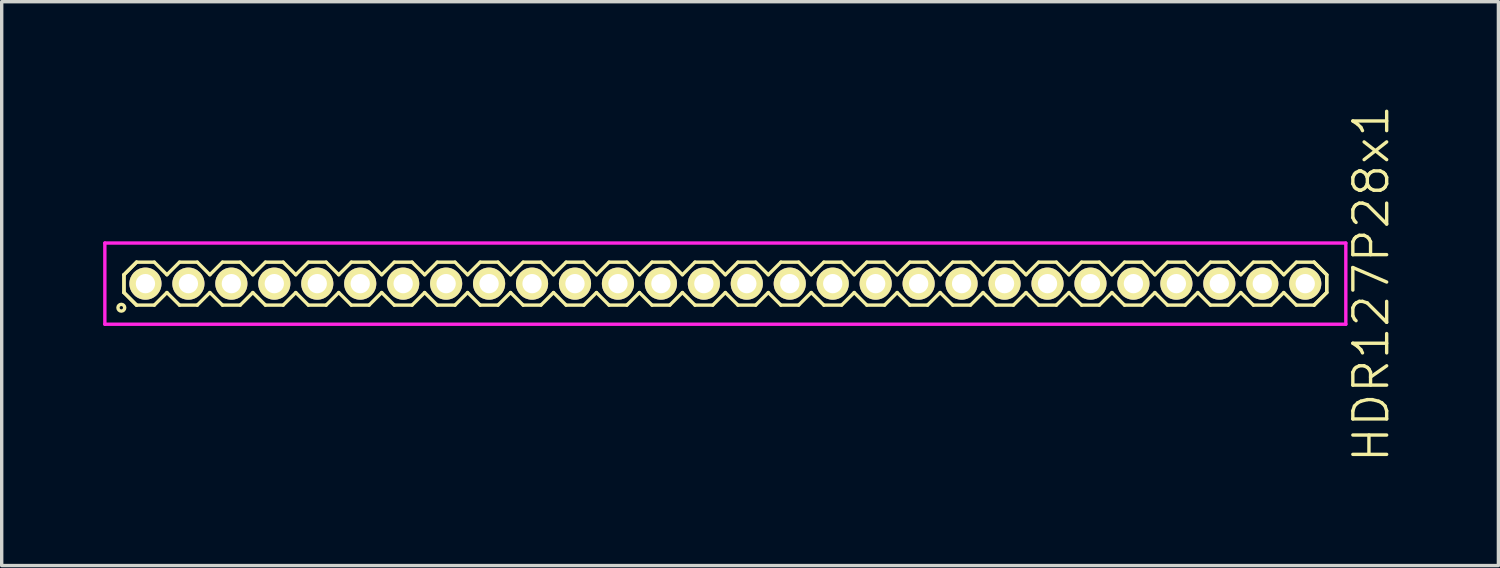
<source format=kicad_pcb>
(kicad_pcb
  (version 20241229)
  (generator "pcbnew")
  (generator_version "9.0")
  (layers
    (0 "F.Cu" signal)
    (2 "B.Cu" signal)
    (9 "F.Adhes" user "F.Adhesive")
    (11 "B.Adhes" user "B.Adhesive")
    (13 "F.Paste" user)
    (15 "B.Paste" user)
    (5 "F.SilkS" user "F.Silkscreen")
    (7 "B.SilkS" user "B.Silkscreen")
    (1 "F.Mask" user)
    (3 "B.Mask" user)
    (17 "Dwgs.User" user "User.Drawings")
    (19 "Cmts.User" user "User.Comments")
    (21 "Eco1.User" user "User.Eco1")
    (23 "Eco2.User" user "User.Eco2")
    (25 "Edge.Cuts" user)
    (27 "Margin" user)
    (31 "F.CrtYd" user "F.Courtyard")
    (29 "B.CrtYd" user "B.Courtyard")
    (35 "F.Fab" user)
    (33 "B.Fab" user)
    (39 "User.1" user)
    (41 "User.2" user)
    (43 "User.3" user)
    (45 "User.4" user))
  (footprint "HDR127P28x1"
    (layer "F.Cu")
    (at 18.395 5.336)
    (property "Reference" "HDR127P28x1" (at 19.095 0 90) (layer "F.SilkS") (effects (font (size 1 1) (thickness 0.1))))
    (attr through_hole)
    (fp_line (start -17.78 -0.263) (end -17.408 -0.635) (stroke (width 0.1) (type solid)) (layer "F.SilkS"))
    (fp_line (start -17.78 -0.263) (end -17.408 -0.635) (stroke (width 0.1) (type solid)) (layer "F.SilkS"))
    (fp_line (start -17.78 0.263) (end -17.78 -0.263) (stroke (width 0.1) (type solid)) (layer "F.SilkS"))
    (fp_line (start -17.78 0.263) (end -17.78 -0.263) (stroke (width 0.1) (type solid)) (layer "F.SilkS"))
    (fp_line (start -17.408 -0.635) (end -16.882 -0.635) (stroke (width 0.1) (type solid)) (layer "F.SilkS"))
    (fp_line (start -17.408 0.635) (end -17.78 0.263) (stroke (width 0.1) (type solid)) (layer "F.SilkS"))
    (fp_line (start -17.408 0.635) (end -17.78 0.263) (stroke (width 0.1) (type solid)) (layer "F.SilkS"))
    (fp_line (start -16.882 -0.635) (end -16.51 -0.263) (stroke (width 0.1) (type solid)) (layer "F.SilkS"))
    (fp_line (start -16.882 0.635) (end -17.408 0.635) (stroke (width 0.1) (type solid)) (layer "F.SilkS"))
    (fp_line (start -16.51 -0.263) (end -16.138 -0.635) (stroke (width 0.1) (type solid)) (layer "F.SilkS"))
    (fp_line (start -16.51 0.263) (end -16.882 0.635) (stroke (width 0.1) (type solid)) (layer "F.SilkS"))
    (fp_line (start -16.138 -0.635) (end -15.612 -0.635) (stroke (width 0.1) (type solid)) (layer "F.SilkS"))
    (fp_line (start -16.138 0.635) (end -16.51 0.263) (stroke (width 0.1) (type solid)) (layer "F.SilkS"))
    (fp_line (start -15.612 -0.635) (end -15.24 -0.263) (stroke (width 0.1) (type solid)) (layer "F.SilkS"))
    (fp_line (start -15.612 0.635) (end -16.138 0.635) (stroke (width 0.1) (type solid)) (layer "F.SilkS"))
    (fp_line (start -15.24 -0.263) (end -14.868 -0.635) (stroke (width 0.1) (type solid)) (layer "F.SilkS"))
    (fp_line (start -15.24 0.263) (end -15.612 0.635) (stroke (width 0.1) (type solid)) (layer "F.SilkS"))
    (fp_line (start -14.868 -0.635) (end -14.342 -0.635) (stroke (width 0.1) (type solid)) (layer "F.SilkS"))
    (fp_line (start -14.868 0.635) (end -15.24 0.263) (stroke (width 0.1) (type solid)) (layer "F.SilkS"))
    (fp_line (start -14.342 -0.635) (end -13.97 -0.263) (stroke (width 0.1) (type solid)) (layer "F.SilkS"))
    (fp_line (start -14.342 0.635) (end -14.868 0.635) (stroke (width 0.1) (type solid)) (layer "F.SilkS"))
    (fp_line (start -13.97 -0.263) (end -13.598 -0.635) (stroke (width 0.1) (type solid)) (layer "F.SilkS"))
    (fp_line (start -13.97 0.263) (end -14.342 0.635) (stroke (width 0.1) (type solid)) (layer "F.SilkS"))
    (fp_line (start -13.598 -0.635) (end -13.072 -0.635) (stroke (width 0.1) (type solid)) (layer "F.SilkS"))
    (fp_line (start -13.598 0.635) (end -13.97 0.263) (stroke (width 0.1) (type solid)) (layer "F.SilkS"))
    (fp_line (start -13.072 -0.635) (end -12.7 -0.263) (stroke (width 0.1) (type solid)) (layer "F.SilkS"))
    (fp_line (start -13.072 0.635) (end -13.598 0.635) (stroke (width 0.1) (type solid)) (layer "F.SilkS"))
    (fp_line (start -12.7 -0.263) (end -12.328 -0.635) (stroke (width 0.1) (type solid)) (layer "F.SilkS"))
    (fp_line (start -12.7 0.263) (end -13.072 0.635) (stroke (width 0.1) (type solid)) (layer "F.SilkS"))
    (fp_line (start -12.328 -0.635) (end -11.802 -0.635) (stroke (width 0.1) (type solid)) (layer "F.SilkS"))
    (fp_line (start -12.328 0.635) (end -12.7 0.263) (stroke (width 0.1) (type solid)) (layer "F.SilkS"))
    (fp_line (start -11.802 -0.635) (end -11.43 -0.263) (stroke (width 0.1) (type solid)) (layer "F.SilkS"))
    (fp_line (start -11.802 0.635) (end -12.328 0.635) (stroke (width 0.1) (type solid)) (layer "F.SilkS"))
    (fp_line (start -11.43 -0.263) (end -11.058 -0.635) (stroke (width 0.1) (type solid)) (layer "F.SilkS"))
    (fp_line (start -11.43 0.263) (end -11.802 0.635) (stroke (width 0.1) (type solid)) (layer "F.SilkS"))
    (fp_line (start -11.058 -0.635) (end -10.532 -0.635) (stroke (width 0.1) (type solid)) (layer "F.SilkS"))
    (fp_line (start -11.058 0.635) (end -11.43 0.263) (stroke (width 0.1) (type solid)) (layer "F.SilkS"))
    (fp_line (start -10.532 -0.635) (end -10.16 -0.263) (stroke (width 0.1) (type solid)) (layer "F.SilkS"))
    (fp_line (start -10.532 0.635) (end -11.058 0.635) (stroke (width 0.1) (type solid)) (layer "F.SilkS"))
    (fp_line (start -10.16 -0.263) (end -9.788 -0.635) (stroke (width 0.1) (type solid)) (layer "F.SilkS"))
    (fp_line (start -10.16 0.263) (end -10.532 0.635) (stroke (width 0.1) (type solid)) (layer "F.SilkS"))
    (fp_line (start -9.788 -0.635) (end -9.262 -0.635) (stroke (width 0.1) (type solid)) (layer "F.SilkS"))
    (fp_line (start -9.788 0.635) (end -10.16 0.263) (stroke (width 0.1) (type solid)) (layer "F.SilkS"))
    (fp_line (start -9.262 -0.635) (end -8.89 -0.263) (stroke (width 0.1) (type solid)) (layer "F.SilkS"))
    (fp_line (start -9.262 0.635) (end -9.788 0.635) (stroke (width 0.1) (type solid)) (layer "F.SilkS"))
    (fp_line (start -8.89 -0.263) (end -8.518 -0.635) (stroke (width 0.1) (type solid)) (layer "F.SilkS"))
    (fp_line (start -8.89 0.263) (end -9.262 0.635) (stroke (width 0.1) (type solid)) (layer "F.SilkS"))
    (fp_line (start -8.518 -0.635) (end -7.992 -0.635) (stroke (width 0.1) (type solid)) (layer "F.SilkS"))
    (fp_line (start -8.518 0.635) (end -8.89 0.263) (stroke (width 0.1) (type solid)) (layer "F.SilkS"))
    (fp_line (start -7.992 -0.635) (end -7.62 -0.263) (stroke (width 0.1) (type solid)) (layer "F.SilkS"))
    (fp_line (start -7.992 0.635) (end -8.518 0.635) (stroke (width 0.1) (type solid)) (layer "F.SilkS"))
    (fp_line (start -7.62 -0.263) (end -7.248 -0.635) (stroke (width 0.1) (type solid)) (layer "F.SilkS"))
    (fp_line (start -7.62 0.263) (end -7.992 0.635) (stroke (width 0.1) (type solid)) (layer "F.SilkS"))
    (fp_line (start -7.248 -0.635) (end -6.722 -0.635) (stroke (width 0.1) (type solid)) (layer "F.SilkS"))
    (fp_line (start -7.248 0.635) (end -7.62 0.263) (stroke (width 0.1) (type solid)) (layer "F.SilkS"))
    (fp_line (start -6.722 -0.635) (end -6.35 -0.263) (stroke (width 0.1) (type solid)) (layer "F.SilkS"))
    (fp_line (start -6.722 0.635) (end -7.248 0.635) (stroke (width 0.1) (type solid)) (layer "F.SilkS"))
    (fp_line (start -6.35 -0.263) (end -5.978 -0.635) (stroke (width 0.1) (type solid)) (layer "F.SilkS"))
    (fp_line (start -6.35 0.263) (end -6.722 0.635) (stroke (width 0.1) (type solid)) (layer "F.SilkS"))
    (fp_line (start -5.978 -0.635) (end -5.452 -0.635) (stroke (width 0.1) (type solid)) (layer "F.SilkS"))
    (fp_line (start -5.978 0.635) (end -6.35 0.263) (stroke (width 0.1) (type solid)) (layer "F.SilkS"))
    (fp_line (start -5.452 -0.635) (end -5.08 -0.263) (stroke (width 0.1) (type solid)) (layer "F.SilkS"))
    (fp_line (start -5.452 0.635) (end -5.978 0.635) (stroke (width 0.1) (type solid)) (layer "F.SilkS"))
    (fp_line (start -5.08 -0.263) (end -4.708 -0.635) (stroke (width 0.1) (type solid)) (layer "F.SilkS"))
    (fp_line (start -5.08 0.263) (end -5.452 0.635) (stroke (width 0.1) (type solid)) (layer "F.SilkS"))
    (fp_line (start -4.708 -0.635) (end -4.182 -0.635) (stroke (width 0.1) (type solid)) (layer "F.SilkS"))
    (fp_line (start -4.708 0.635) (end -5.08 0.263) (stroke (width 0.1) (type solid)) (layer "F.SilkS"))
    (fp_line (start -4.182 -0.635) (end -3.81 -0.263) (stroke (width 0.1) (type solid)) (layer "F.SilkS"))
    (fp_line (start -4.182 0.635) (end -4.708 0.635) (stroke (width 0.1) (type solid)) (layer "F.SilkS"))
    (fp_line (start -3.81 -0.263) (end -3.438 -0.635) (stroke (width 0.1) (type solid)) (layer "F.SilkS"))
    (fp_line (start -3.81 0.263) (end -4.182 0.635) (stroke (width 0.1) (type solid)) (layer "F.SilkS"))
    (fp_line (start -3.438 -0.635) (end -2.912 -0.635) (stroke (width 0.1) (type solid)) (layer "F.SilkS"))
    (fp_line (start -3.438 0.635) (end -3.81 0.263) (stroke (width 0.1) (type solid)) (layer "F.SilkS"))
    (fp_line (start -2.912 -0.635) (end -2.54 -0.263) (stroke (width 0.1) (type solid)) (layer "F.SilkS"))
    (fp_line (start -2.912 0.635) (end -3.438 0.635) (stroke (width 0.1) (type solid)) (layer "F.SilkS"))
    (fp_line (start -2.54 -0.263) (end -2.168 -0.635) (stroke (width 0.1) (type solid)) (layer "F.SilkS"))
    (fp_line (start -2.54 0.263) (end -2.912 0.635) (stroke (width 0.1) (type solid)) (layer "F.SilkS"))
    (fp_line (start -2.168 -0.635) (end -1.642 -0.635) (stroke (width 0.1) (type solid)) (layer "F.SilkS"))
    (fp_line (start -2.168 0.635) (end -2.54 0.263) (stroke (width 0.1) (type solid)) (layer "F.SilkS"))
    (fp_line (start -1.642 -0.635) (end -1.27 -0.263) (stroke (width 0.1) (type solid)) (layer "F.SilkS"))
    (fp_line (start -1.642 0.635) (end -2.168 0.635) (stroke (width 0.1) (type solid)) (layer "F.SilkS"))
    (fp_line (start -1.27 -0.263) (end -0.898 -0.635) (stroke (width 0.1) (type solid)) (layer "F.SilkS"))
    (fp_line (start -1.27 0.263) (end -1.642 0.635) (stroke (width 0.1) (type solid)) (layer "F.SilkS"))
    (fp_line (start -0.898 -0.635) (end -0.372 -0.635) (stroke (width 0.1) (type solid)) (layer "F.SilkS"))
    (fp_line (start -0.898 0.635) (end -1.27 0.263) (stroke (width 0.1) (type solid)) (layer "F.SilkS"))
    (fp_line (start -0.372 -0.635) (end 0 -0.263) (stroke (width 0.1) (type solid)) (layer "F.SilkS"))
    (fp_line (start -0.372 0.635) (end -0.898 0.635) (stroke (width 0.1) (type solid)) (layer "F.SilkS"))
    (fp_line (start 0 -0.263) (end 0.372 -0.635) (stroke (width 0.1) (type solid)) (layer "F.SilkS"))
    (fp_line (start 0 0.263) (end -0.372 0.635) (stroke (width 0.1) (type solid)) (layer "F.SilkS"))
    (fp_line (start 0.372 -0.635) (end 0.898 -0.635) (stroke (width 0.1) (type solid)) (layer "F.SilkS"))
    (fp_line (start 0.372 0.635) (end 0 0.263) (stroke (width 0.1) (type solid)) (layer "F.SilkS"))
    (fp_line (start 0.898 -0.635) (end 1.27 -0.263) (stroke (width 0.1) (type solid)) (layer "F.SilkS"))
    (fp_line (start 0.898 0.635) (end 0.372 0.635) (stroke (width 0.1) (type solid)) (layer "F.SilkS"))
    (fp_line (start 1.27 -0.263) (end 1.642 -0.635) (stroke (width 0.1) (type solid)) (layer "F.SilkS"))
    (fp_line (start 1.27 0.263) (end 0.898 0.635) (stroke (width 0.1) (type solid)) (layer "F.SilkS"))
    (fp_line (start 1.642 -0.635) (end 2.168 -0.635) (stroke (width 0.1) (type solid)) (layer "F.SilkS"))
    (fp_line (start 1.642 0.635) (end 1.27 0.263) (stroke (width 0.1) (type solid)) (layer "F.SilkS"))
    (fp_line (start 2.168 -0.635) (end 2.54 -0.263) (stroke (width 0.1) (type solid)) (layer "F.SilkS"))
    (fp_line (start 2.168 0.635) (end 1.642 0.635) (stroke (width 0.1) (type solid)) (layer "F.SilkS"))
    (fp_line (start 2.54 -0.263) (end 2.912 -0.635) (stroke (width 0.1) (type solid)) (layer "F.SilkS"))
    (fp_line (start 2.54 0.263) (end 2.168 0.635) (stroke (width 0.1) (type solid)) (layer "F.SilkS"))
    (fp_line (start 2.912 -0.635) (end 3.438 -0.635) (stroke (width 0.1) (type solid)) (layer "F.SilkS"))
    (fp_line (start 2.912 0.635) (end 2.54 0.263) (stroke (width 0.1) (type solid)) (layer "F.SilkS"))
    (fp_line (start 3.438 -0.635) (end 3.81 -0.263) (stroke (width 0.1) (type solid)) (layer "F.SilkS"))
    (fp_line (start 3.438 0.635) (end 2.912 0.635) (stroke (width 0.1) (type solid)) (layer "F.SilkS"))
    (fp_line (start 3.81 -0.263) (end 4.182 -0.635) (stroke (width 0.1) (type solid)) (layer "F.SilkS"))
    (fp_line (start 3.81 0.263) (end 3.438 0.635) (stroke (width 0.1) (type solid)) (layer "F.SilkS"))
    (fp_line (start 4.182 -0.635) (end 4.708 -0.635) (stroke (width 0.1) (type solid)) (layer "F.SilkS"))
    (fp_line (start 4.182 0.635) (end 3.81 0.263) (stroke (width 0.1) (type solid)) (layer "F.SilkS"))
    (fp_line (start 4.708 -0.635) (end 5.08 -0.263) (stroke (width 0.1) (type solid)) (layer "F.SilkS"))
    (fp_line (start 4.708 0.635) (end 4.182 0.635) (stroke (width 0.1) (type solid)) (layer "F.SilkS"))
    (fp_line (start 5.08 -0.263) (end 5.452 -0.635) (stroke (width 0.1) (type solid)) (layer "F.SilkS"))
    (fp_line (start 5.08 0.263) (end 4.708 0.635) (stroke (width 0.1) (type solid)) (layer "F.SilkS"))
    (fp_line (start 5.452 -0.635) (end 5.978 -0.635) (stroke (width 0.1) (type solid)) (layer "F.SilkS"))
    (fp_line (start 5.452 0.635) (end 5.08 0.263) (stroke (width 0.1) (type solid)) (layer "F.SilkS"))
    (fp_line (start 5.978 -0.635) (end 6.35 -0.263) (stroke (width 0.1) (type solid)) (layer "F.SilkS"))
    (fp_line (start 5.978 0.635) (end 5.452 0.635) (stroke (width 0.1) (type solid)) (layer "F.SilkS"))
    (fp_line (start 6.35 -0.263) (end 6.722 -0.635) (stroke (width 0.1) (type solid)) (layer "F.SilkS"))
    (fp_line (start 6.35 0.263) (end 5.978 0.635) (stroke (width 0.1) (type solid)) (layer "F.SilkS"))
    (fp_line (start 6.722 -0.635) (end 7.248 -0.635) (stroke (width 0.1) (type solid)) (layer "F.SilkS"))
    (fp_line (start 6.722 0.635) (end 6.35 0.263) (stroke (width 0.1) (type solid)) (layer "F.SilkS"))
    (fp_line (start 7.248 -0.635) (end 7.62 -0.263) (stroke (width 0.1) (type solid)) (layer "F.SilkS"))
    (fp_line (start 7.248 0.635) (end 6.722 0.635) (stroke (width 0.1) (type solid)) (layer "F.SilkS"))
    (fp_line (start 7.62 -0.263) (end 7.992 -0.635) (stroke (width 0.1) (type solid)) (layer "F.SilkS"))
    (fp_line (start 7.62 0.263) (end 7.248 0.635) (stroke (width 0.1) (type solid)) (layer "F.SilkS"))
    (fp_line (start 7.992 -0.635) (end 8.518 -0.635) (stroke (width 0.1) (type solid)) (layer "F.SilkS"))
    (fp_line (start 7.992 0.635) (end 7.62 0.263) (stroke (width 0.1) (type solid)) (layer "F.SilkS"))
    (fp_line (start 8.518 -0.635) (end 8.89 -0.263) (stroke (width 0.1) (type solid)) (layer "F.SilkS"))
    (fp_line (start 8.518 0.635) (end 7.992 0.635) (stroke (width 0.1) (type solid)) (layer "F.SilkS"))
    (fp_line (start 8.89 -0.263) (end 9.262 -0.635) (stroke (width 0.1) (type solid)) (layer "F.SilkS"))
    (fp_line (start 8.89 0.263) (end 8.518 0.635) (stroke (width 0.1) (type solid)) (layer "F.SilkS"))
    (fp_line (start 9.262 -0.635) (end 9.788 -0.635) (stroke (width 0.1) (type solid)) (layer "F.SilkS"))
    (fp_line (start 9.262 0.635) (end 8.89 0.263) (stroke (width 0.1) (type solid)) (layer "F.SilkS"))
    (fp_line (start 9.788 -0.635) (end 10.16 -0.263) (stroke (width 0.1) (type solid)) (layer "F.SilkS"))
    (fp_line (start 9.788 0.635) (end 9.262 0.635) (stroke (width 0.1) (type solid)) (layer "F.SilkS"))
    (fp_line (start 10.16 -0.263) (end 10.532 -0.635) (stroke (width 0.1) (type solid)) (layer "F.SilkS"))
    (fp_line (start 10.16 0.263) (end 9.788 0.635) (stroke (width 0.1) (type solid)) (layer "F.SilkS"))
    (fp_line (start 10.532 -0.635) (end 11.058 -0.635) (stroke (width 0.1) (type solid)) (layer "F.SilkS"))
    (fp_line (start 10.532 0.635) (end 10.16 0.263) (stroke (width 0.1) (type solid)) (layer "F.SilkS"))
    (fp_line (start 11.058 -0.635) (end 11.43 -0.263) (stroke (width 0.1) (type solid)) (layer "F.SilkS"))
    (fp_line (start 11.058 0.635) (end 10.532 0.635) (stroke (width 0.1) (type solid)) (layer "F.SilkS"))
    (fp_line (start 11.43 -0.263) (end 11.802 -0.635) (stroke (width 0.1) (type solid)) (layer "F.SilkS"))
    (fp_line (start 11.43 0.263) (end 11.058 0.635) (stroke (width 0.1) (type solid)) (layer "F.SilkS"))
    (fp_line (start 11.802 -0.635) (end 12.328 -0.635) (stroke (width 0.1) (type solid)) (layer "F.SilkS"))
    (fp_line (start 11.802 0.635) (end 11.43 0.263) (stroke (width 0.1) (type solid)) (layer "F.SilkS"))
    (fp_line (start 12.328 -0.635) (end 12.7 -0.263) (stroke (width 0.1) (type solid)) (layer "F.SilkS"))
    (fp_line (start 12.328 0.635) (end 11.802 0.635) (stroke (width 0.1) (type solid)) (layer "F.SilkS"))
    (fp_line (start 12.7 -0.263) (end 13.072 -0.635) (stroke (width 0.1) (type solid)) (layer "F.SilkS"))
    (fp_line (start 12.7 0.263) (end 12.328 0.635) (stroke (width 0.1) (type solid)) (layer "F.SilkS"))
    (fp_line (start 13.072 -0.635) (end 13.598 -0.635) (stroke (width 0.1) (type solid)) (layer "F.SilkS"))
    (fp_line (start 13.072 0.635) (end 12.7 0.263) (stroke (width 0.1) (type solid)) (layer "F.SilkS"))
    (fp_line (start 13.598 -0.635) (end 13.97 -0.263) (stroke (width 0.1) (type solid)) (layer "F.SilkS"))
    (fp_line (start 13.598 0.635) (end 13.072 0.635) (stroke (width 0.1) (type solid)) (layer "F.SilkS"))
    (fp_line (start 13.97 -0.263) (end 14.342 -0.635) (stroke (width 0.1) (type solid)) (layer "F.SilkS"))
    (fp_line (start 13.97 0.263) (end 13.598 0.635) (stroke (width 0.1) (type solid)) (layer "F.SilkS"))
    (fp_line (start 14.342 -0.635) (end 14.868 -0.635) (stroke (width 0.1) (type solid)) (layer "F.SilkS"))
    (fp_line (start 14.342 0.635) (end 13.97 0.263) (stroke (width 0.1) (type solid)) (layer "F.SilkS"))
    (fp_line (start 14.868 -0.635) (end 15.24 -0.263) (stroke (width 0.1) (type solid)) (layer "F.SilkS"))
    (fp_line (start 14.868 0.635) (end 14.342 0.635) (stroke (width 0.1) (type solid)) (layer "F.SilkS"))
    (fp_line (start 15.24 -0.263) (end 15.612 -0.635) (stroke (width 0.1) (type solid)) (layer "F.SilkS"))
    (fp_line (start 15.24 0.263) (end 14.868 0.635) (stroke (width 0.1) (type solid)) (layer "F.SilkS"))
    (fp_line (start 15.612 -0.635) (end 16.138 -0.635) (stroke (width 0.1) (type solid)) (layer "F.SilkS"))
    (fp_line (start 15.612 0.635) (end 15.24 0.263) (stroke (width 0.1) (type solid)) (layer "F.SilkS"))
    (fp_line (start 16.138 -0.635) (end 16.51 -0.263) (stroke (width 0.1) (type solid)) (layer "F.SilkS"))
    (fp_line (start 16.138 0.635) (end 15.612 0.635) (stroke (width 0.1) (type solid)) (layer "F.SilkS"))
    (fp_line (start 16.51 -0.263) (end 16.882 -0.635) (stroke (width 0.1) (type solid)) (layer "F.SilkS"))
    (fp_line (start 16.51 0.263) (end 16.138 0.635) (stroke (width 0.1) (type solid)) (layer "F.SilkS"))
    (fp_line (start 16.882 -0.635) (end 17.408 -0.635) (stroke (width 0.1) (type solid)) (layer "F.SilkS"))
    (fp_line (start 16.882 0.635) (end 16.51 0.263) (stroke (width 0.1) (type solid)) (layer "F.SilkS"))
    (fp_line (start 17.408 -0.635) (end 17.78 -0.263) (stroke (width 0.1) (type solid)) (layer "F.SilkS"))
    (fp_line (start 17.408 -0.635) (end 17.78 -0.263) (stroke (width 0.1) (type solid)) (layer "F.SilkS"))
    (fp_line (start 17.408 0.635) (end 16.882 0.635) (stroke (width 0.1) (type solid)) (layer "F.SilkS"))
    (fp_line (start 17.78 -0.263) (end 17.78 0.263) (stroke (width 0.1) (type solid)) (layer "F.SilkS"))
    (fp_line (start 17.78 -0.263) (end 17.78 0.263) (stroke (width 0.1) (type solid)) (layer "F.SilkS"))
    (fp_line (start 17.78 0.263) (end 17.408 0.635) (stroke (width 0.1) (type solid)) (layer "F.SilkS"))
    (fp_line (start 17.78 0.263) (end 17.408 0.635) (stroke (width 0.1) (type solid)) (layer "F.SilkS"))
    (fp_circle (center -17.858 0.712) (end -17.758 0.712) (stroke (width 0.1) (type solid)) (fill no) (layer "F.SilkS"))
    (fp_line (start -18.345 -1.2) (end -18.345 1.2) (stroke (width 0.1) (type solid)) (layer "F.CrtYd"))
    (fp_line (start -18.345 1.2) (end 18.345 1.2) (stroke (width 0.1) (type solid)) (layer "F.CrtYd"))
    (fp_line (start 18.345 -1.2) (end -18.345 -1.2) (stroke (width 0.1) (type solid)) (layer "F.CrtYd"))
    (fp_line (start 18.345 1.2) (end 18.345 -1.2) (stroke (width 0.1) (type solid)) (layer "F.CrtYd"))
    (pad "1" thru_hole oval (at -17.145 0) (size 0.95 0.95) (drill 0.57) (layers "*.Cu" "*.Mask" "F.SilkS"))
    (pad "2" thru_hole oval (at -15.875 0) (size 0.95 0.95) (drill 0.57) (layers "*.Cu" "*.Mask" "F.SilkS"))
    (pad "3" thru_hole oval (at -14.605 0) (size 0.95 0.95) (drill 0.57) (layers "*.Cu" "*.Mask" "F.SilkS"))
    (pad "4" thru_hole oval (at -13.335 0) (size 0.95 0.95) (drill 0.57) (layers "*.Cu" "*.Mask" "F.SilkS"))
    (pad "5" thru_hole oval (at -12.065 0) (size 0.95 0.95) (drill 0.57) (layers "*.Cu" "*.Mask" "F.SilkS"))
    (pad "6" thru_hole oval (at -10.795 0) (size 0.95 0.95) (drill 0.57) (layers "*.Cu" "*.Mask" "F.SilkS"))
    (pad "7" thru_hole oval (at -9.525 0) (size 0.95 0.95) (drill 0.57) (layers "*.Cu" "*.Mask" "F.SilkS"))
    (pad "8" thru_hole oval (at -8.255 0) (size 0.95 0.95) (drill 0.57) (layers "*.Cu" "*.Mask" "F.SilkS"))
    (pad "9" thru_hole oval (at -6.985 0) (size 0.95 0.95) (drill 0.57) (layers "*.Cu" "*.Mask" "F.SilkS"))
    (pad "10" thru_hole oval (at -5.715 0) (size 0.95 0.95) (drill 0.57) (layers "*.Cu" "*.Mask" "F.SilkS"))
    (pad "11" thru_hole oval (at -4.445 0) (size 0.95 0.95) (drill 0.57) (layers "*.Cu" "*.Mask" "F.SilkS"))
    (pad "12" thru_hole oval (at -3.175 0) (size 0.95 0.95) (drill 0.57) (layers "*.Cu" "*.Mask" "F.SilkS"))
    (pad "13" thru_hole oval (at -1.905 0) (size 0.95 0.95) (drill 0.57) (layers "*.Cu" "*.Mask" "F.SilkS"))
    (pad "14" thru_hole oval (at -0.635 0) (size 0.95 0.95) (drill 0.57) (layers "*.Cu" "*.Mask" "F.SilkS"))
    (pad "15" thru_hole oval (at 0.635 0) (size 0.95 0.95) (drill 0.57) (layers "*.Cu" "*.Mask" "F.SilkS"))
    (pad "16" thru_hole oval (at 1.905 0) (size 0.95 0.95) (drill 0.57) (layers "*.Cu" "*.Mask" "F.SilkS"))
    (pad "17" thru_hole oval (at 3.175 0) (size 0.95 0.95) (drill 0.57) (layers "*.Cu" "*.Mask" "F.SilkS"))
    (pad "18" thru_hole oval (at 4.445 0) (size 0.95 0.95) (drill 0.57) (layers "*.Cu" "*.Mask" "F.SilkS"))
    (pad "19" thru_hole oval (at 5.715 0) (size 0.95 0.95) (drill 0.57) (layers "*.Cu" "*.Mask" "F.SilkS"))
    (pad "20" thru_hole oval (at 6.985 0) (size 0.95 0.95) (drill 0.57) (layers "*.Cu" "*.Mask" "F.SilkS"))
    (pad "21" thru_hole oval (at 8.255 0) (size 0.95 0.95) (drill 0.57) (layers "*.Cu" "*.Mask" "F.SilkS"))
    (pad "22" thru_hole oval (at 9.525 0) (size 0.95 0.95) (drill 0.57) (layers "*.Cu" "*.Mask" "F.SilkS"))
    (pad "23" thru_hole oval (at 10.795 0) (size 0.95 0.95) (drill 0.57) (layers "*.Cu" "*.Mask" "F.SilkS"))
    (pad "24" thru_hole oval (at 12.065 0) (size 0.95 0.95) (drill 0.57) (layers "*.Cu" "*.Mask" "F.SilkS"))
    (pad "25" thru_hole oval (at 13.335 0) (size 0.95 0.95) (drill 0.57) (layers "*.Cu" "*.Mask" "F.SilkS"))
    (pad "26" thru_hole oval (at 14.605 0) (size 0.95 0.95) (drill 0.57) (layers "*.Cu" "*.Mask" "F.SilkS"))
    (pad "27" thru_hole oval (at 15.875 0) (size 0.95 0.95) (drill 0.57) (layers "*.Cu" "*.Mask" "F.SilkS"))
    (pad "28" thru_hole oval (at 17.145 0) (size 0.95 0.95) (drill 0.57) (layers "*.Cu" "*.Mask" "F.SilkS")))
  (gr_rect
    (start -3 -3)
    (end 41.251 13.671)
    (stroke (width 0.1) (type default))
    (fill no)
    (layer "Edge.Cuts")))
</source>
